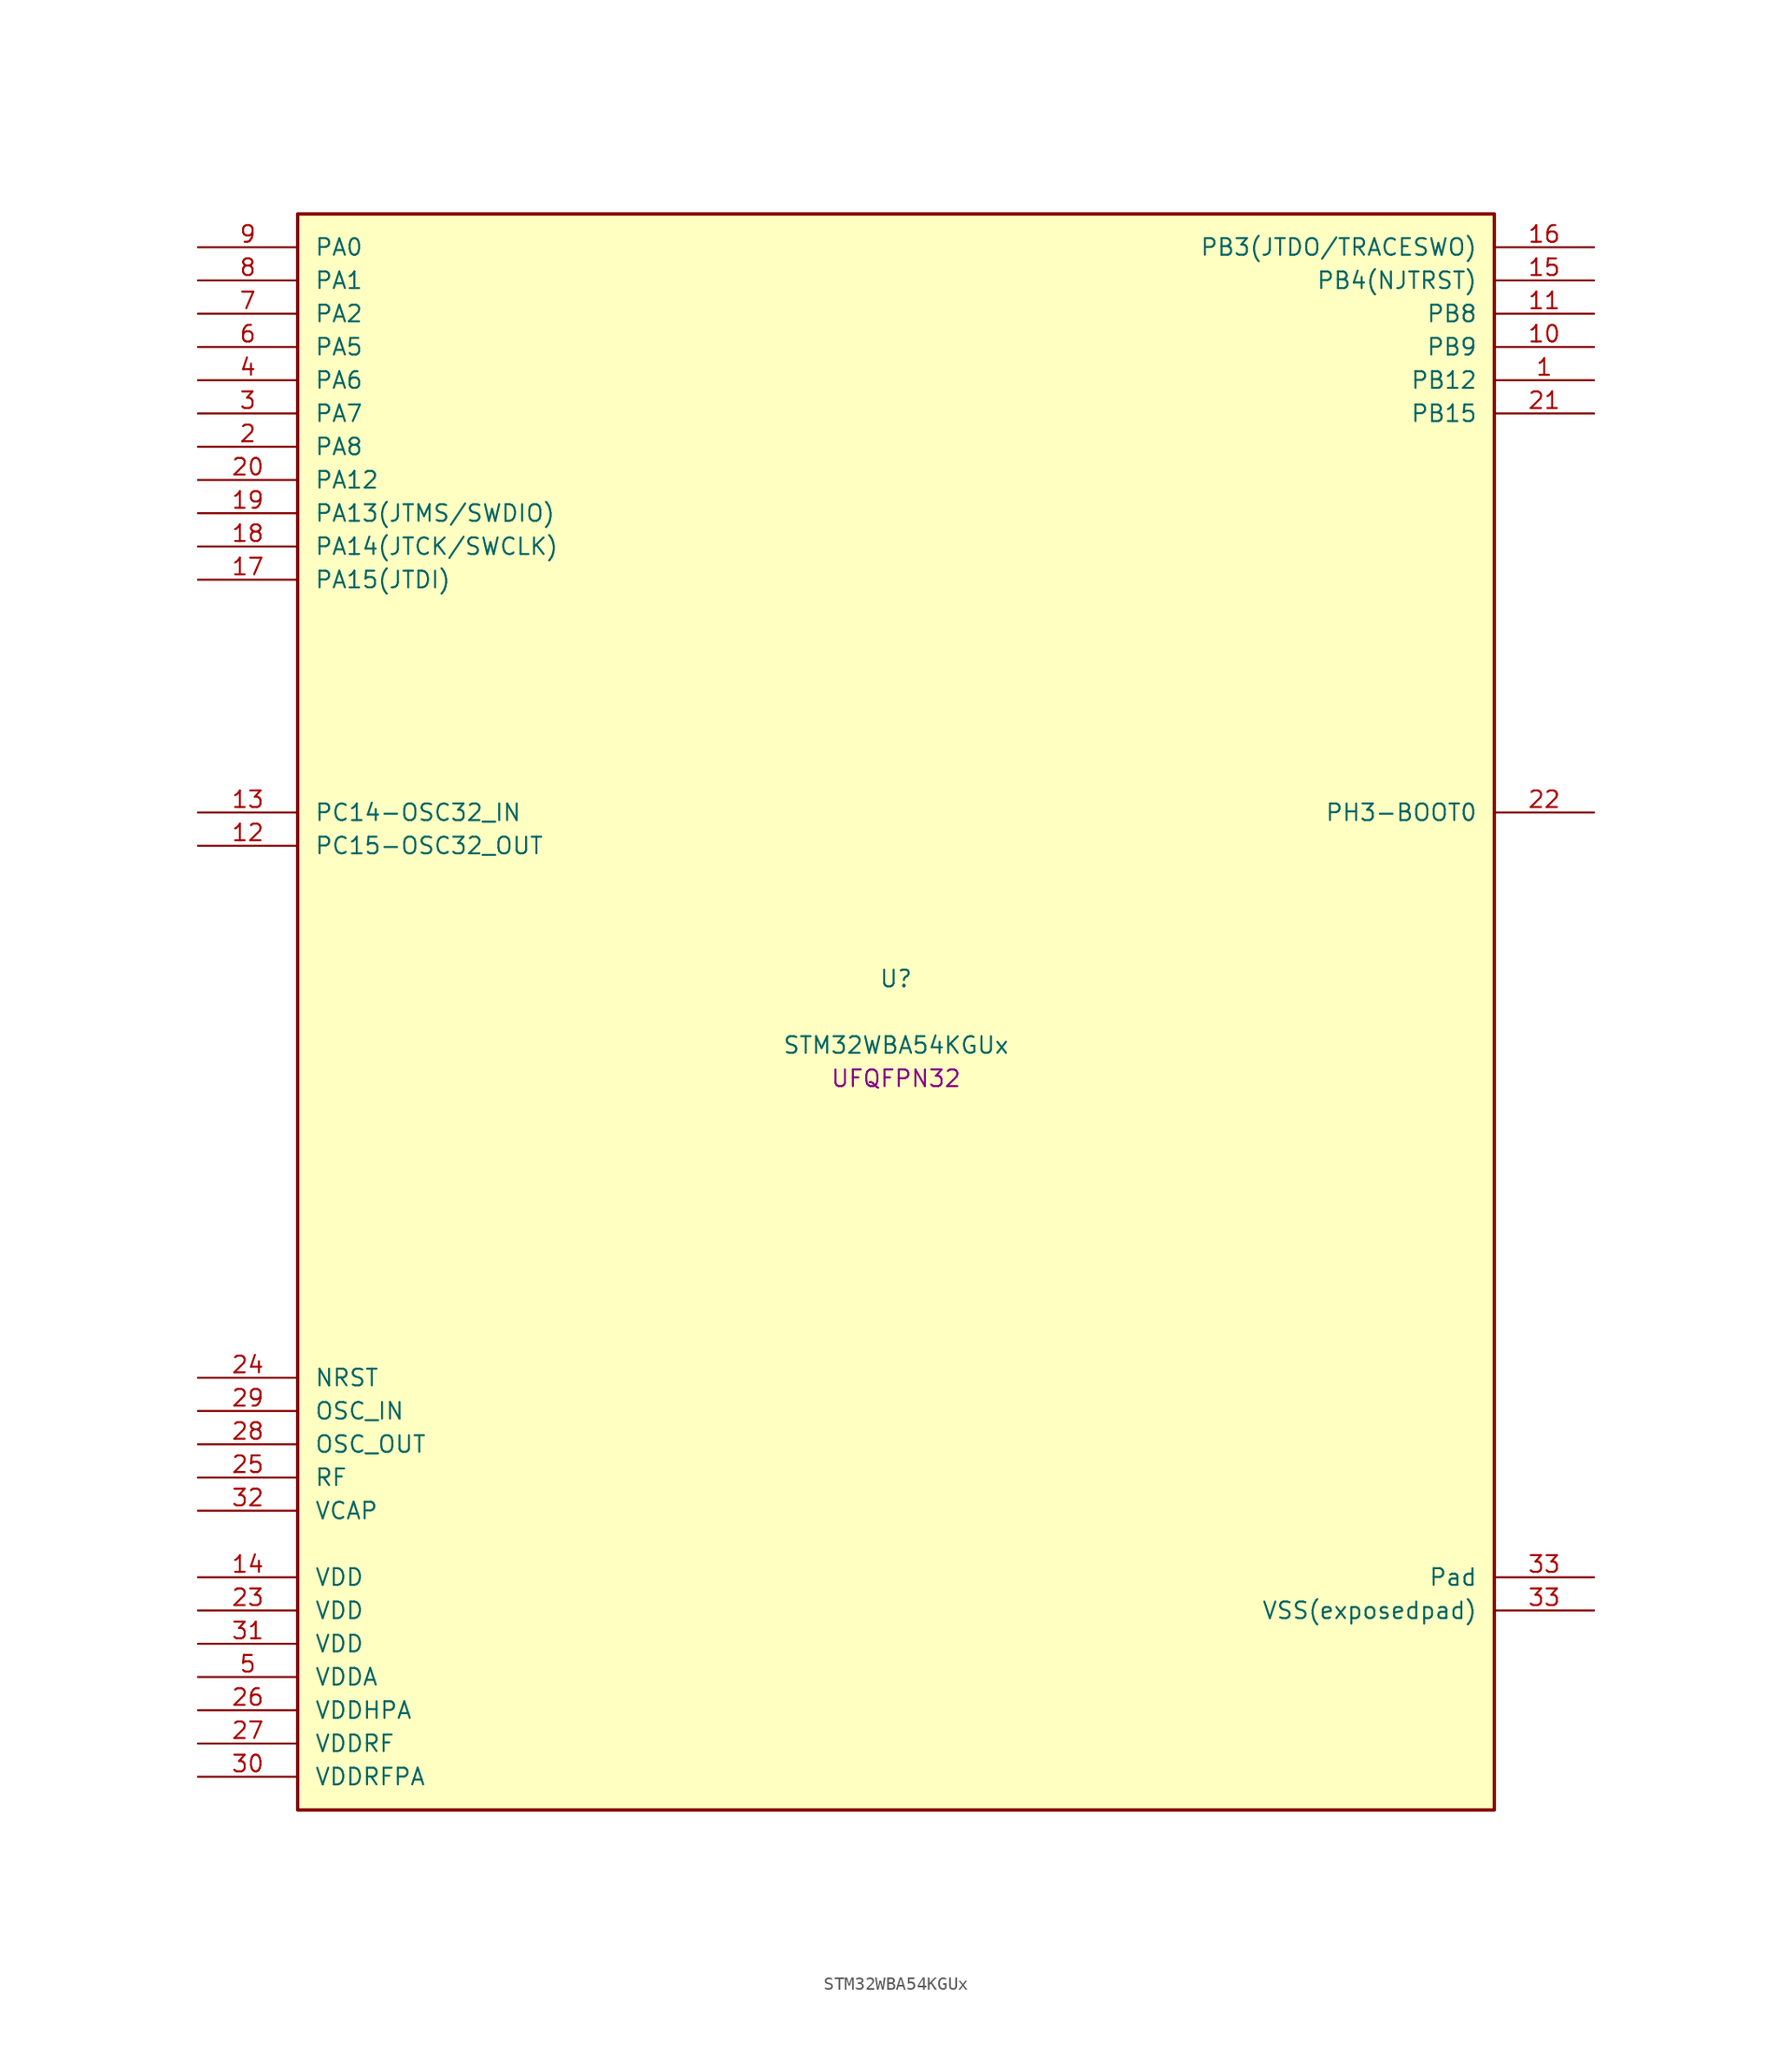
<source format=kicad_sym>
(kicad_symbol_lib
  (version 20241209)
  (generator "stm32_pkl_generator")
  (generator_version "1.0")
  (symbol "STM32WBA54KGUx"
    (pin_names
      (offset 1.27))
    (property "Reference" "U"
      (at 0 2.54 0))
    (property "Value" "STM32WBA54KGUx"
      (at 0 -2.54 0))
    (property "Footprint" "UFQFPN32"
      (at 0 -5.08 0))
    (symbol "STM32WBA54KGUx_1_1"
      (rectangle (start -45.72 60.96) (end 45.72 -60.96) (stroke (width 0.254) (type solid)) (fill (type background)))
      (pin bidirectional line (at -53.34 58.42 0) (length 7.62) (name "PA0") (number "9") (alternate "PA0/ADC4_IN9" bidirectional line) (alternate "PA0/COMP2_INP" bidirectional line) (alternate "PA0/LPTIM1_IN1" bidirectional line) (alternate "PA0/LPUART1_CTS" bidirectional line) (alternate "PA0/PWR_WKUP1" bidirectional line) (alternate "PA0/SPI3_SCK" bidirectional line) (alternate "PA0/TIM1_CH2N" bidirectional line) (alternate "PA0/TIM3_CH3" bidirectional line) (alternate "PA0/TIM3_ETR" bidirectional line) (alternate "PA0/TSC_G2_IO2" bidirectional line))
      (pin bidirectional line (at -53.34 55.88 0) (length 7.62) (name "PA1") (number "8") (alternate "PA1/ADC4_IN8" bidirectional line) (alternate "PA1/COMP1_INM" bidirectional line) (alternate "PA1/LPTIM2_CH2" bidirectional line) (alternate "PA1/LPUART1_RX" bidirectional line) (alternate "PA1/PWR_WKUP3" bidirectional line) (alternate "PA1/SAI1_CK1" bidirectional line) (alternate "PA1/SPI1_RDY" bidirectional line) (alternate "PA1/TIM17_CH1" bidirectional line) (alternate "PA1/TIM1_CH1N" bidirectional line) (alternate "PA1/TIM3_CH2" bidirectional line) (alternate "PA1/TSC_G2_IO1" bidirectional line) (alternate "PA1/USART1_CK" bidirectional line))
      (pin bidirectional line (at -53.34 53.34 0) (length 7.62) (name "PA2") (number "7") (alternate "PA2/ADC4_IN7" bidirectional line) (alternate "PA2/COMP1_INP" bidirectional line) (alternate "PA2/LPUART1_TX" bidirectional line) (alternate "PA2/PWR_WKUP4" bidirectional line) (alternate "PA2/RCC_LSCO" bidirectional line) (alternate "PA2/SAI1_D1" bidirectional line) (alternate "PA2/TIM16_CH1" bidirectional line) (alternate "PA2/TIM1_BKIN" bidirectional line) (alternate "PA2/TIM3_CH1" bidirectional line) (alternate "PA2/TSC_G4_IO4" bidirectional line) (alternate "PA2/USART1_DE" bidirectional line) (alternate "PA2/USART1_RTS" bidirectional line))
      (pin bidirectional line (at -53.34 50.8 0) (length 7.62) (name "PA5") (number "6") (alternate "PA5/ADC4_IN4" bidirectional line) (alternate "PA5/AUDIOCLK" bidirectional line) (alternate "PA5/LPTIM2_ETR" bidirectional line) (alternate "PA5/PWR_CSLEEP" bidirectional line) (alternate "PA5/PWR_WKUP6" bidirectional line) (alternate "PA5/SAI1_D2" bidirectional line) (alternate "PA5/SPI3_NSS" bidirectional line) (alternate "PA5/TIM2_CH1" bidirectional line) (alternate "PA5/TIM2_ETR" bidirectional line) (alternate "PA5/TSC_G1_IO4" bidirectional line) (alternate "PA5/USART1_CK" bidirectional line))
      (pin bidirectional line (at -53.34 48.26 0) (length 7.62) (name "PA6") (number "4") (alternate "PA6/ADC4_IN3" bidirectional line) (alternate "PA6/I2C3_SCL" bidirectional line) (alternate "PA6/PWR_CSTOP" bidirectional line) (alternate "PA6/PWR_WKUP7" bidirectional line) (alternate "PA6/SAI1_CK2" bidirectional line) (alternate "PA6/SAI1_MCLK_A" bidirectional line) (alternate "PA6/SPI3_RDY" bidirectional line) (alternate "PA6/TIM2_CH4" bidirectional line) (alternate "PA6/TSC_G1_IO3" bidirectional line) (alternate "PA6/USART1_DE" bidirectional line) (alternate "PA6/USART1_RTS" bidirectional line))
      (pin bidirectional line (at -53.34 45.72 0) (length 7.62) (name "PA7") (number "3") (alternate "PA7/ADC4_IN2" bidirectional line) (alternate "PA7/COMP1_OUT" bidirectional line) (alternate "PA7/I2C3_SDA" bidirectional line) (alternate "PA7/PWR_WKUP8" bidirectional line) (alternate "PA7/SAI1_SCK_A" bidirectional line) (alternate "PA7/TAMP_IN1" bidirectional line) (alternate "PA7/TAMP_OUT2" bidirectional line) (alternate "PA7/TIM2_CH3" bidirectional line) (alternate "PA7/TSC_G1_IO2" bidirectional line) (alternate "PA7/USART1_CTS" bidirectional line))
      (pin bidirectional line (at -53.34 43.18 0) (length 7.62) (name "PA8") (number "2") (alternate "PA8/ADC4_IN1" bidirectional line) (alternate "PA8/LPTIM1_CH2" bidirectional line) (alternate "PA8/RCC_MCO" bidirectional line) (alternate "PA8/SAI1_FS_A" bidirectional line) (alternate "PA8/SPI3_RDY" bidirectional line) (alternate "PA8/TIM2_CH2" bidirectional line) (alternate "PA8/TSC_G1_IO1" bidirectional line) (alternate "PA8/USART1_RX" bidirectional line))
      (pin bidirectional line (at -53.34 40.64 0) (length 7.62) (name "PA12") (number "20") (alternate "PA12/COMP2_OUT" bidirectional line) (alternate "PA12/PTA_STATUS" bidirectional line) (alternate "PA12/PWR_WKUP6" bidirectional line) (alternate "PA12/RF_ANTSW0" bidirectional line) (alternate "PA12/SPI1_NSS" bidirectional line) (alternate "PA12/TIM1_CH2" bidirectional line) (alternate "PA12/TSC_G3_IO4" bidirectional line) (alternate "PA12/USART2_TX" bidirectional line))
      (pin bidirectional line (at -53.34 38.1 0) (length 7.62) (name "PA13(JTMS/SWDIO)") (number "19") (alternate "PA13(JTMS/SWDIO)/DEBUG_JTMS-SWDIO" bidirectional line) (alternate "PA13(JTMS/SWDIO)/IR_OUT" bidirectional line) (alternate "PA13(JTMS/SWDIO)/PTA_PRIORITY" bidirectional line))
      (pin bidirectional line (at -53.34 35.56 0) (length 7.62) (name "PA14(JTCK/SWCLK)") (number "18") (alternate "PA14(JTCK/SWCLK)/COMP2_OUT" bidirectional line) (alternate "PA14(JTCK/SWCLK)/DEBUG_JTCK-SWCLK" bidirectional line) (alternate "PA14(JTCK/SWCLK)/PTA_STATUS" bidirectional line) (alternate "PA14(JTCK/SWCLK)/TAMP_IN3" bidirectional line) (alternate "PA14(JTCK/SWCLK)/TAMP_OUT6" bidirectional line) (alternate "PA14(JTCK/SWCLK)/USART2_TX" bidirectional line))
      (pin bidirectional line (at -53.34 33.02 0) (length 7.62) (name "PA15(JTDI)") (number "17") (alternate "PA15(JTDI)/ADC4_EXTI15" bidirectional line) (alternate "PA15(JTDI)/DEBUG_JTDI" bidirectional line) (alternate "PA15(JTDI)/I2C1_SCL" bidirectional line) (alternate "PA15(JTDI)/LPTIM1_CH2" bidirectional line) (alternate "PA15(JTDI)/PTA_STATUS" bidirectional line) (alternate "PA15(JTDI)/SPI1_MOSI" bidirectional line) (alternate "PA15(JTDI)/TIM17_BKIN" bidirectional line) (alternate "PA15(JTDI)/TIM1_ETR" bidirectional line) (alternate "PA15(JTDI)/TSC_G3_IO3" bidirectional line) (alternate "PA15(JTDI)/USART2_DE" bidirectional line) (alternate "PA15(JTDI)/USART2_RTS" bidirectional line))
      (pin bidirectional line (at 53.34 58.42 180) (length 7.62) (name "PB3(JTDO/TRACESWO)") (number "16") (alternate "PB3(JTDO/TRACESWO)/DEBUG_JTDO-SWO" bidirectional line) (alternate "PB3(JTDO/TRACESWO)/I2C1_SDA" bidirectional line) (alternate "PB3(JTDO/TRACESWO)/LPTIM1_IN2" bidirectional line) (alternate "PB3(JTDO/TRACESWO)/PTA_ACTIVE" bidirectional line) (alternate "PB3(JTDO/TRACESWO)/SPI1_MISO" bidirectional line) (alternate "PB3(JTDO/TRACESWO)/TIM17_CH1N" bidirectional line) (alternate "PB3(JTDO/TRACESWO)/TIM1_CH4" bidirectional line) (alternate "PB3(JTDO/TRACESWO)/TSC_G3_IO2" bidirectional line) (alternate "PB3(JTDO/TRACESWO)/USART2_CK" bidirectional line))
      (pin bidirectional line (at 53.34 55.88 180) (length 7.62) (name "PB4(NJTRST)") (number "15") (alternate "PB4(NJTRST)/DEBUG_JTRST" bidirectional line) (alternate "PB4(NJTRST)/LPTIM2_IN2" bidirectional line) (alternate "PB4(NJTRST)/PTA_ACTIVE" bidirectional line) (alternate "PB4(NJTRST)/PTA_PRIORITY" bidirectional line) (alternate "PB4(NJTRST)/SAI1_MCLK_B" bidirectional line) (alternate "PB4(NJTRST)/SPI1_SCK" bidirectional line) (alternate "PB4(NJTRST)/TIM17_CH1" bidirectional line) (alternate "PB4(NJTRST)/TIM1_CH3" bidirectional line) (alternate "PB4(NJTRST)/TSC_G3_IO1" bidirectional line) (alternate "PB4(NJTRST)/USART2_RX" bidirectional line))
      (pin bidirectional line (at 53.34 53.34 180) (length 7.62) (name "PB8") (number "11") (alternate "PB8/COMP1_OUT" bidirectional line) (alternate "PB8/LPTIM1_ETR" bidirectional line) (alternate "PB8/PWR_PVD_IN" bidirectional line) (alternate "PB8/SPI3_MOSI" bidirectional line) (alternate "PB8/TIM16_CH1N" bidirectional line) (alternate "PB8/TIM1_CH1" bidirectional line) (alternate "PB8/TIM3_ETR" bidirectional line) (alternate "PB8/TSC_G2_IO4" bidirectional line) (alternate "PB8/USART2_RX" bidirectional line))
      (pin bidirectional line (at 53.34 50.8 180) (length 7.62) (name "PB9") (number "10") (alternate "PB9/ADC4_IN10" bidirectional line) (alternate "PB9/COMP2_INM" bidirectional line) (alternate "PB9/IR_OUT" bidirectional line) (alternate "PB9/LPTIM2_IN1" bidirectional line) (alternate "PB9/LPUART1_DE" bidirectional line) (alternate "PB9/LPUART1_RTS" bidirectional line) (alternate "PB9/PWR_WKUP8" bidirectional line) (alternate "PB9/SPI3_MISO" bidirectional line) (alternate "PB9/TIM16_CH1" bidirectional line) (alternate "PB9/TIM1_CH3N" bidirectional line) (alternate "PB9/TIM3_CH4" bidirectional line) (alternate "PB9/TSC_G2_IO3" bidirectional line))
      (pin bidirectional line (at 53.34 48.26 180) (length 7.62) (name "PB12") (number "1") (alternate "PB12/SAI1_SD_A" bidirectional line) (alternate "PB12/SPI1_RDY" bidirectional line) (alternate "PB12/TIM2_CH1" bidirectional line) (alternate "PB12/TIM2_ETR" bidirectional line) (alternate "PB12/TIM3_ETR" bidirectional line) (alternate "PB12/TSC_SYNC" bidirectional line) (alternate "PB12/USART1_TX" bidirectional line))
      (pin bidirectional line (at 53.34 45.72 180) (length 7.62) (name "PB15") (number "21") (alternate "PB15/ADC4_EXTI15" bidirectional line) (alternate "PB15/I2C1_SMBA" bidirectional line) (alternate "PB15/I2C3_SMBA" bidirectional line) (alternate "PB15/LPUART1_CTS" bidirectional line) (alternate "PB15/PTA_GRANT" bidirectional line) (alternate "PB15/RF_EXTPABYP" bidirectional line) (alternate "PB15/TIM16_BKIN" bidirectional line) (alternate "PB15/TIM1_BKIN2" bidirectional line) (alternate "PB15/USART2_CTS" bidirectional line))
      (pin bidirectional line (at -53.34 15.24 0) (length 7.62) (name "PC14-OSC32_IN") (number "13") (alternate "PC14-OSC32_IN/RCC_OSC32_IN" bidirectional line))
      (pin bidirectional line (at -53.34 12.7 0) (length 7.62) (name "PC15-OSC32_OUT") (number "12") (alternate "PC15-OSC32_OUT/ADC4_EXTI15" bidirectional line) (alternate "PC15-OSC32_OUT/RCC_OSC32_OUT" bidirectional line))
      (pin bidirectional line (at 53.34 15.24 180) (length 7.62) (name "PH3-BOOT0") (number "22") (alternate "PH3-BOOT0/PTA_GRANT" bidirectional line) (alternate "PH3-BOOT0/RF_EXTPABYP" bidirectional line) (alternate "PH3-BOOT0/TAMP_IN2" bidirectional line) (alternate "PH3-BOOT0/TAMP_OUT1" bidirectional line))
      (pin input line (at -53.34 -27.94 0) (length 7.62) (name "NRST") (number "24"))
      (pin bidirectional line (at -53.34 -30.48 0) (length 7.62) (name "OSC_IN") (number "29") (alternate "OSC_IN/RCC_OSC_IN" bidirectional line))
      (pin bidirectional line (at -53.34 -33.02 0) (length 7.62) (name "OSC_OUT") (number "28") (alternate "OSC_OUT/RCC_OSC_OUT" bidirectional line))
      (pin bidirectional line (at -53.34 -35.56 0) (length 7.62) (name "RF") (number "25"))
      (pin power_in line (at -53.34 -38.1 0) (length 7.62) (name "VCAP") (number "32"))
      (pin power_in line (at -53.34 -43.18 0) (length 7.62) (name "VDD") (number "14"))
      (pin power_in line (at -53.34 -45.72 0) (length 7.62) (name "VDD") (number "23"))
      (pin power_in line (at -53.34 -48.26 0) (length 7.62) (name "VDD") (number "31"))
      (pin power_in line (at -53.34 -50.8 0) (length 7.62) (name "VDDA") (number "5"))
      (pin power_in line (at -53.34 -53.34 0) (length 7.62) (name "VDDHPA") (number "26"))
      (pin power_in line (at -53.34 -55.88 0) (length 7.62) (name "VDDRF") (number "27"))
      (pin power_in line (at -53.34 -58.42 0) (length 7.62) (name "VDDRFPA") (number "30"))
      (pin passive line (at 53.34 -43.18 180) (length 7.62) (name "Pad") (number "33"))
      (pin power_in line (at 53.34 -45.72 180) (length 7.62) (name "VSS(exposedpad)") (number "33")))))
</source>
